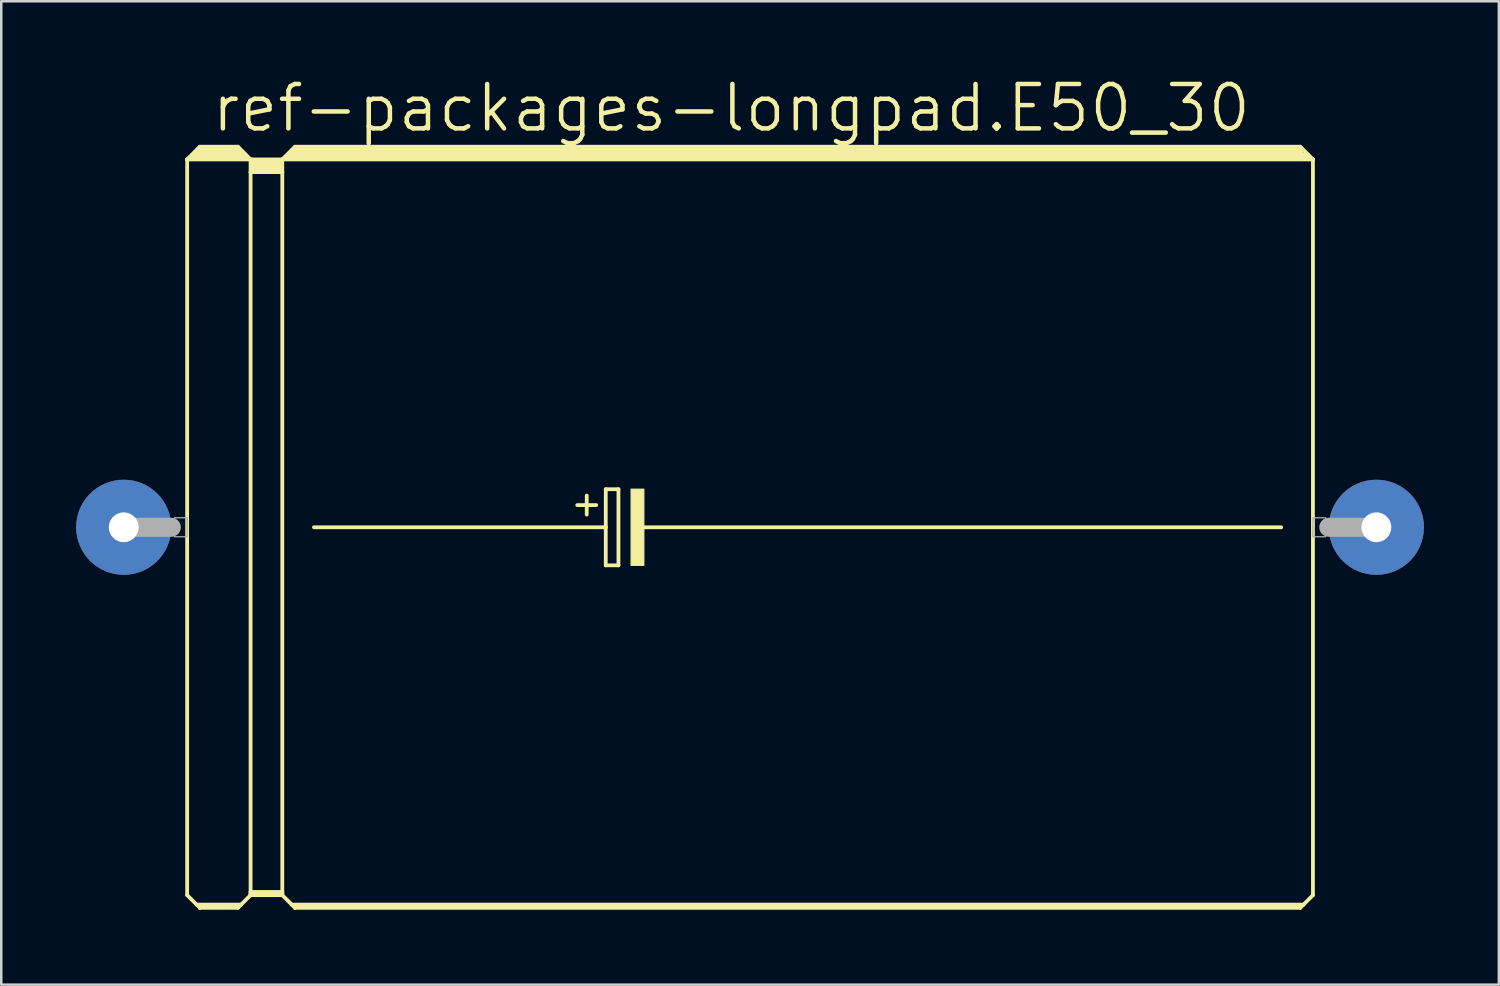
<source format=kicad_pcb>
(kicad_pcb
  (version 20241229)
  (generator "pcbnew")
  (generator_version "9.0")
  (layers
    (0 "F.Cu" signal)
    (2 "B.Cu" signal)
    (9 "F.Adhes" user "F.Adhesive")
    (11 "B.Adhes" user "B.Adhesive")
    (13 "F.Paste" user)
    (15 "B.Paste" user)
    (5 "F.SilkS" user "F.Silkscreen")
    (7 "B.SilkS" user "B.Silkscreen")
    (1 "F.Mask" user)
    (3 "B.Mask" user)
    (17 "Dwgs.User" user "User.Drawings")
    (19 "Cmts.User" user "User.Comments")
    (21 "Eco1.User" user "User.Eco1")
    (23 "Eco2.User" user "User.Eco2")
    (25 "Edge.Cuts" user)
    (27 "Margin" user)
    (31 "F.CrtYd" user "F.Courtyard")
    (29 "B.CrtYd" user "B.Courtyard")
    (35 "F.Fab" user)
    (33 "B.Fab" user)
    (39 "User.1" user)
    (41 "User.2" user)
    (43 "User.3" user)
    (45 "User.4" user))
  (footprint "ref-packages-longpad.E50_30"
    (layer "F.Cu")
    (at 27.305 18.066)
    (property "Reference" "ref-packages-longpad.E50_30" (at -21.971 -15.748 0) (layer "F.SilkS") (effects (font (size 1.778 1.778) (thickness 0.18)) (justify left bottom)))
    (attr through_hole)
    (fp_line (start -22.86 -14.732) (end -22.86 14.732) (stroke (width 0.152) (type default)) (layer "F.SilkS"))
    (fp_line (start -22.86 -14.732) (end -22.352 -15.24) (stroke (width 0.152) (type default)) (layer "F.SilkS"))
    (fp_line (start -22.86 -14.732) (end -20.32 -14.732) (stroke (width 0.152) (type default)) (layer "F.SilkS"))
    (fp_line (start -22.86 14.732) (end -22.479 15.113) (stroke (width 0.152) (type default)) (layer "F.SilkS"))
    (fp_line (start -22.606 -14.859) (end -22.479 -14.859) (stroke (width 0.305) (type default)) (layer "F.SilkS"))
    (fp_line (start -22.479 -14.859) (end -22.479 -14.986) (stroke (width 0.305) (type default)) (layer "F.SilkS"))
    (fp_line (start -22.479 -14.859) (end -20.701 -14.859) (stroke (width 0.305) (type default)) (layer "F.SilkS"))
    (fp_line (start -22.479 15.113) (end -22.352 15.24) (stroke (width 0.152) (type default)) (layer "F.SilkS"))
    (fp_line (start -22.479 15.113) (end -20.701 15.113) (stroke (width 0.152) (type default)) (layer "F.SilkS"))
    (fp_line (start -22.352 -15.24) (end -20.828 -15.24) (stroke (width 0.152) (type default)) (layer "F.SilkS"))
    (fp_line (start -22.352 -15.113) (end -20.828 -15.113) (stroke (width 0.305) (type default)) (layer "F.SilkS"))
    (fp_line (start -22.352 15.189) (end -20.828 15.189) (stroke (width 0.152) (type default)) (layer "F.SilkS"))
    (fp_line (start -22.352 15.24) (end -22.352 15.189) (stroke (width 0.152) (type default)) (layer "F.SilkS"))
    (fp_line (start -22.352 15.24) (end -20.828 15.24) (stroke (width 0.152) (type default)) (layer "F.SilkS"))
    (fp_line (start -20.701 -14.859) (end -20.701 -14.986) (stroke (width 0.305) (type default)) (layer "F.SilkS"))
    (fp_line (start -20.701 -14.859) (end -20.574 -14.859) (stroke (width 0.305) (type default)) (layer "F.SilkS"))
    (fp_line (start -20.701 15.113) (end -20.828 15.24) (stroke (width 0.152) (type default)) (layer "F.SilkS"))
    (fp_line (start -20.32 -14.732) (end -20.828 -15.24) (stroke (width 0.152) (type default)) (layer "F.SilkS"))
    (fp_line (start -20.32 -14.732) (end -20.32 -14.224) (stroke (width 0.152) (type default)) (layer "F.SilkS"))
    (fp_line (start -20.32 -14.732) (end -19.05 -14.732) (stroke (width 0.152) (type default)) (layer "F.SilkS"))
    (fp_line (start -20.32 -14.224) (end -20.32 14.605) (stroke (width 0.152) (type default)) (layer "F.SilkS"))
    (fp_line (start -20.32 -14.224) (end -19.05 -14.224) (stroke (width 0.152) (type default)) (layer "F.SilkS"))
    (fp_line (start -20.32 14.605) (end -20.32 14.681) (stroke (width 0.152) (type default)) (layer "F.SilkS"))
    (fp_line (start -20.32 14.605) (end -19.05 14.605) (stroke (width 0.152) (type default)) (layer "F.SilkS"))
    (fp_line (start -20.32 14.681) (end -20.32 14.732) (stroke (width 0.152) (type default)) (layer "F.SilkS"))
    (fp_line (start -20.32 14.681) (end -19.05 14.681) (stroke (width 0.152) (type default)) (layer "F.SilkS"))
    (fp_line (start -20.32 14.732) (end -20.701 15.113) (stroke (width 0.152) (type default)) (layer "F.SilkS"))
    (fp_line (start -20.32 14.732) (end -19.05 14.732) (stroke (width 0.152) (type default)) (layer "F.SilkS"))
    (fp_line (start -20.193 -14.605) (end -19.177 -14.605) (stroke (width 0.305) (type default)) (layer "F.SilkS"))
    (fp_line (start -20.193 -14.351) (end -19.177 -14.351) (stroke (width 0.305) (type default)) (layer "F.SilkS"))
    (fp_line (start -19.05 -14.732) (end -19.05 -14.224) (stroke (width 0.152) (type default)) (layer "F.SilkS"))
    (fp_line (start -19.05 -14.732) (end 22.225 -14.732) (stroke (width 0.152) (type default)) (layer "F.SilkS"))
    (fp_line (start -19.05 -14.224) (end -19.05 14.605) (stroke (width 0.152) (type default)) (layer "F.SilkS"))
    (fp_line (start -19.05 14.605) (end -19.05 14.681) (stroke (width 0.152) (type default)) (layer "F.SilkS"))
    (fp_line (start -19.05 14.681) (end -19.05 14.732) (stroke (width 0.152) (type default)) (layer "F.SilkS"))
    (fp_line (start -19.05 14.732) (end -18.669 15.113) (stroke (width 0.152) (type default)) (layer "F.SilkS"))
    (fp_line (start -18.796 -14.859) (end -18.669 -14.859) (stroke (width 0.305) (type default)) (layer "F.SilkS"))
    (fp_line (start -18.669 -14.859) (end -18.669 -14.986) (stroke (width 0.305) (type default)) (layer "F.SilkS"))
    (fp_line (start -18.669 -14.859) (end 21.971 -14.859) (stroke (width 0.305) (type default)) (layer "F.SilkS"))
    (fp_line (start -18.669 15.113) (end -18.542 15.24) (stroke (width 0.152) (type default)) (layer "F.SilkS"))
    (fp_line (start -18.669 15.113) (end 21.844 15.113) (stroke (width 0.152) (type default)) (layer "F.SilkS"))
    (fp_line (start -18.542 -15.24) (end -19.05 -14.732) (stroke (width 0.152) (type default)) (layer "F.SilkS"))
    (fp_line (start -18.542 -15.24) (end 21.717 -15.24) (stroke (width 0.152) (type default)) (layer "F.SilkS"))
    (fp_line (start -18.542 -15.113) (end 21.717 -15.113) (stroke (width 0.305) (type default)) (layer "F.SilkS"))
    (fp_line (start -18.542 15.189) (end 21.717 15.189) (stroke (width 0.152) (type default)) (layer "F.SilkS"))
    (fp_line (start -18.542 15.24) (end -18.542 15.189) (stroke (width 0.152) (type default)) (layer "F.SilkS"))
    (fp_line (start -17.78 0) (end -6.096 0) (stroke (width 0.152) (type default)) (layer "F.SilkS"))
    (fp_line (start -7.239 -0.889) (end -6.477 -0.889) (stroke (width 0.152) (type default)) (layer "F.SilkS"))
    (fp_line (start -6.858 -1.27) (end -6.858 -0.508) (stroke (width 0.152) (type default)) (layer "F.SilkS"))
    (fp_line (start -6.096 -1.524) (end -6.096 0) (stroke (width 0.152) (type default)) (layer "F.SilkS"))
    (fp_line (start -6.096 0) (end -6.096 1.524) (stroke (width 0.152) (type default)) (layer "F.SilkS"))
    (fp_line (start -6.096 1.524) (end -5.588 1.524) (stroke (width 0.152) (type default)) (layer "F.SilkS"))
    (fp_line (start -5.588 -1.524) (end -6.096 -1.524) (stroke (width 0.152) (type default)) (layer "F.SilkS"))
    (fp_line (start -5.588 1.524) (end -5.588 -1.524) (stroke (width 0.152) (type default)) (layer "F.SilkS"))
    (fp_line (start -4.699 0) (end 20.955 0) (stroke (width 0.152) (type default)) (layer "F.SilkS"))
    (fp_line (start 21.717 -15.24) (end 22.225 -14.732) (stroke (width 0.152) (type default)) (layer "F.SilkS"))
    (fp_line (start 21.717 15.24) (end -18.542 15.24) (stroke (width 0.152) (type default)) (layer "F.SilkS"))
    (fp_line (start 21.844 15.113) (end 21.717 15.24) (stroke (width 0.152) (type default)) (layer "F.SilkS"))
    (fp_line (start 22.225 -14.732) (end 22.225 14.732) (stroke (width 0.152) (type default)) (layer "F.SilkS"))
    (fp_line (start 22.225 14.732) (end 21.844 15.113) (stroke (width 0.152) (type default)) (layer "F.SilkS"))
    (fp_rect (start -5.08 1.524) (end -4.572 -1.524) (stroke (width 0.05) (type default)) (fill yes) (layer "F.SilkS"))
    (fp_line (start -25.4 0) (end -23.495 0) (stroke (width 0.762) (type default)) (layer "F.Fab"))
    (fp_line (start 24.765 0) (end 22.86 0) (stroke (width 0.762) (type default)) (layer "F.Fab"))
    (fp_rect (start -23.368 0.381) (end -22.86 -0.381) (stroke (width 0.05) (type default)) (fill no) (layer "F.Fab"))
    (fp_rect (start 22.225 0.381) (end 22.733 -0.381) (stroke (width 0.05) (type default)) (fill no) (layer "F.Fab"))
    (pad "+" thru_hole circle (at -25.4 0) (size 3.81 3.81) (drill 1.194) (layers "*.Cu" "*.Mask"))
    (pad "-" thru_hole circle (at 24.765 0) (size 3.81 3.81) (drill 1.194) (layers "*.Cu" "*.Mask")))
  (gr_rect
    (start -3 -3)
    (end 56.975 36.382)
    (stroke (width 0.1) (type default))
    (fill no)
    (layer "Edge.Cuts")))
</source>
